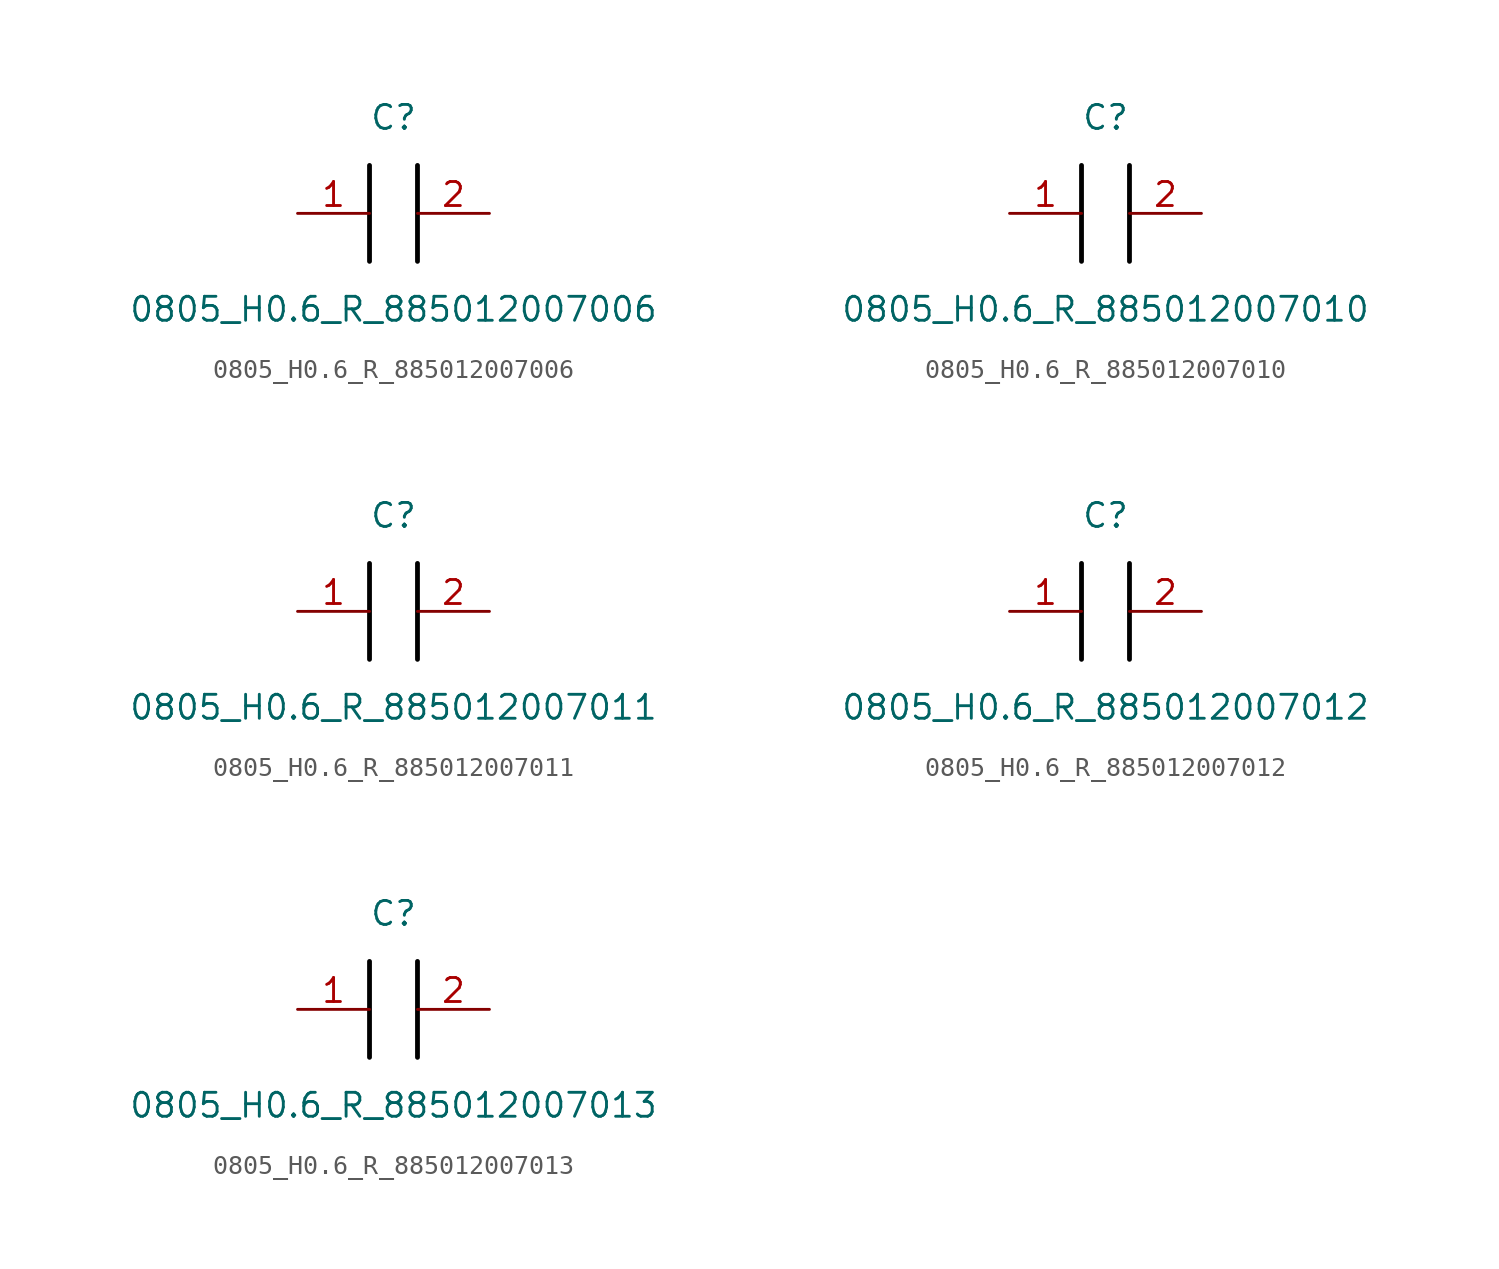
<source format=kicad_sym>
(kicad_symbol_lib
  (version 20220914)
  (generator kicad_symbol_editor)
  (symbol "0805_H0.6_R_885012007006"
    (pin_names hide)
    (property "Reference" "C"
      (at 0 5.08 0)
      (effects (font (size 1.27 1.27))))
    (property "Value" "0805_H0.6_R_885012007006"
      (at 0 -5.08 0)
      (effects (font (size 1.27 1.27))))
    (symbol "0805_H0.6_R_885012007006_1_1"
      (polyline (pts (xy -1.27 2.54) (xy -1.27 -2.54)) (stroke (width 0.254) (type default) (color 0 0 0 1)) (fill (type none)))
      (polyline (pts (xy 1.27 2.54) (xy 1.27 -2.54)) (stroke (width 0.254) (type default) (color 0 0 0 1)) (fill (type none)))
      (pin passive line (at -5.08 0 0) (length 3.81) (name "1" (effects (font (size 1.27 1.27)))) (number "1" (effects (font (size 1.27 1.27)))))
      (pin passive line (at 5.08 0 180) (length 3.81) (name "2" (effects (font (size 1.27 1.27)))) (number "2" (effects (font (size 1.27 1.27)))))))
  (symbol "0805_H0.6_R_885012007010"
    (pin_names hide)
    (property "Reference" "C"
      (at 0 5.08 0)
      (effects (font (size 1.27 1.27))))
    (property "Value" "0805_H0.6_R_885012007010"
      (at 0 -5.08 0)
      (effects (font (size 1.27 1.27))))
    (symbol "0805_H0.6_R_885012007010_1_1"
      (polyline (pts (xy -1.27 2.54) (xy -1.27 -2.54)) (stroke (width 0.254) (type default) (color 0 0 0 1)) (fill (type none)))
      (polyline (pts (xy 1.27 2.54) (xy 1.27 -2.54)) (stroke (width 0.254) (type default) (color 0 0 0 1)) (fill (type none)))
      (pin passive line (at -5.08 0 0) (length 3.81) (name "1" (effects (font (size 1.27 1.27)))) (number "1" (effects (font (size 1.27 1.27)))))
      (pin passive line (at 5.08 0 180) (length 3.81) (name "2" (effects (font (size 1.27 1.27)))) (number "2" (effects (font (size 1.27 1.27)))))))
  (symbol "0805_H0.6_R_885012007011"
    (pin_names hide)
    (property "Reference" "C"
      (at 0 5.08 0)
      (effects (font (size 1.27 1.27))))
    (property "Value" "0805_H0.6_R_885012007011"
      (at 0 -5.08 0)
      (effects (font (size 1.27 1.27))))
    (symbol "0805_H0.6_R_885012007011_1_1"
      (polyline (pts (xy -1.27 2.54) (xy -1.27 -2.54)) (stroke (width 0.254) (type default) (color 0 0 0 1)) (fill (type none)))
      (polyline (pts (xy 1.27 2.54) (xy 1.27 -2.54)) (stroke (width 0.254) (type default) (color 0 0 0 1)) (fill (type none)))
      (pin passive line (at -5.08 0 0) (length 3.81) (name "1" (effects (font (size 1.27 1.27)))) (number "1" (effects (font (size 1.27 1.27)))))
      (pin passive line (at 5.08 0 180) (length 3.81) (name "2" (effects (font (size 1.27 1.27)))) (number "2" (effects (font (size 1.27 1.27)))))))
  (symbol "0805_H0.6_R_885012007012"
    (pin_names hide)
    (property "Reference" "C"
      (at 0 5.08 0)
      (effects (font (size 1.27 1.27))))
    (property "Value" "0805_H0.6_R_885012007012"
      (at 0 -5.08 0)
      (effects (font (size 1.27 1.27))))
    (symbol "0805_H0.6_R_885012007012_1_1"
      (polyline (pts (xy -1.27 2.54) (xy -1.27 -2.54)) (stroke (width 0.254) (type default) (color 0 0 0 1)) (fill (type none)))
      (polyline (pts (xy 1.27 2.54) (xy 1.27 -2.54)) (stroke (width 0.254) (type default) (color 0 0 0 1)) (fill (type none)))
      (pin passive line (at -5.08 0 0) (length 3.81) (name "1" (effects (font (size 1.27 1.27)))) (number "1" (effects (font (size 1.27 1.27)))))
      (pin passive line (at 5.08 0 180) (length 3.81) (name "2" (effects (font (size 1.27 1.27)))) (number "2" (effects (font (size 1.27 1.27)))))))
  (symbol "0805_H0.6_R_885012007013"
    (pin_names hide)
    (property "Reference" "C"
      (at 0 5.08 0)
      (effects (font (size 1.27 1.27))))
    (property "Value" "0805_H0.6_R_885012007013"
      (at 0 -5.08 0)
      (effects (font (size 1.27 1.27))))
    (symbol "0805_H0.6_R_885012007013_1_1"
      (polyline (pts (xy -1.27 2.54) (xy -1.27 -2.54)) (stroke (width 0.254) (type default) (color 0 0 0 1)) (fill (type none)))
      (polyline (pts (xy 1.27 2.54) (xy 1.27 -2.54)) (stroke (width 0.254) (type default) (color 0 0 0 1)) (fill (type none)))
      (pin passive line (at -5.08 0 0) (length 3.81) (name "1" (effects (font (size 1.27 1.27)))) (number "1" (effects (font (size 1.27 1.27)))))
      (pin passive line (at 5.08 0 180) (length 3.81) (name "2" (effects (font (size 1.27 1.27)))) (number "2" (effects (font (size 1.27 1.27))))))))
</source>
